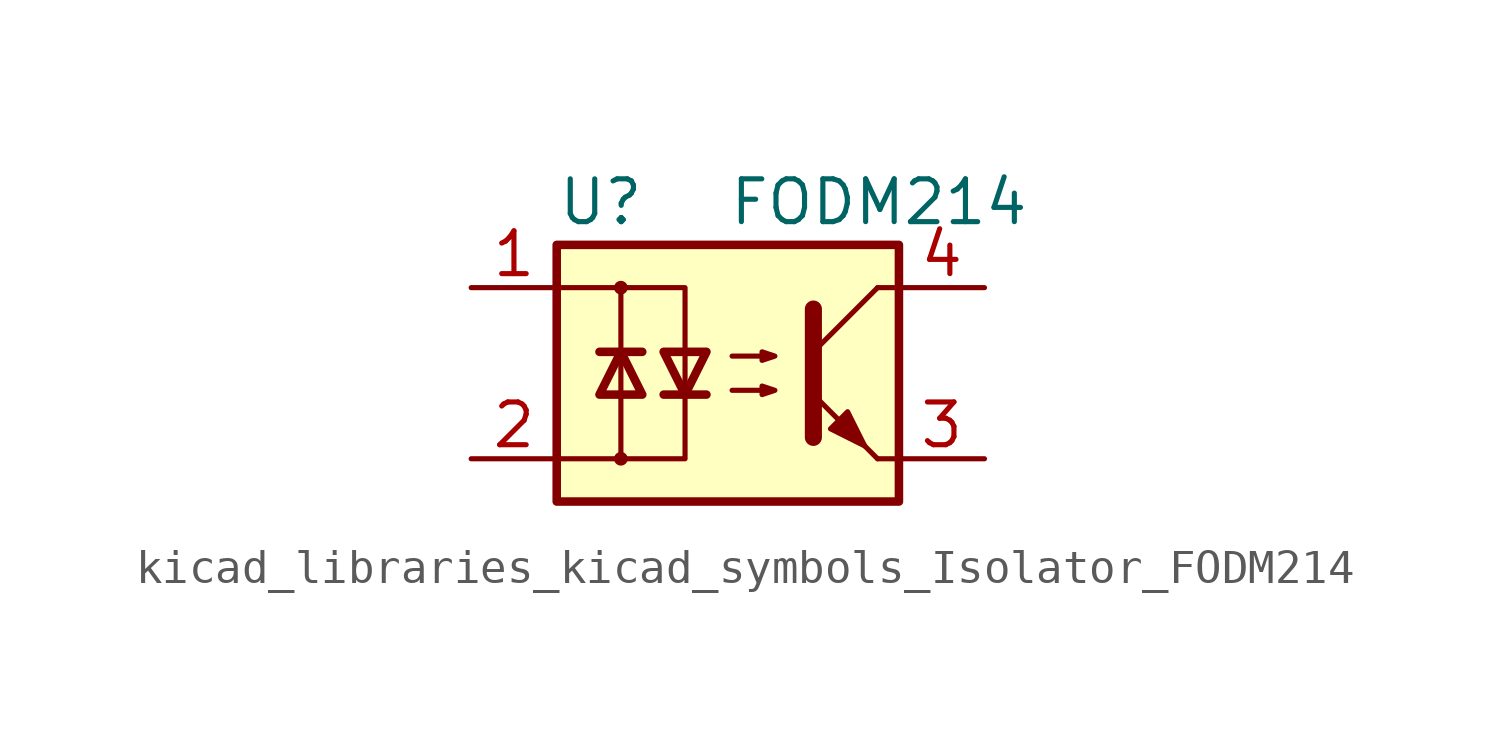
<source format=kicad_sym>
(kicad_symbol_lib
  (version 20220914)
  (generator kicad_symbol_editor)
  (symbol "kicad_libraries_kicad_symbols_Isolator_FODM214"
    (property "Reference" "U"
      (at -5.08 5.08 0)
      (effects (font (size 1.27 1.27)) (justify left)))
    (property "Value" "FODM214"
      (at 0 5.08 0)
      (effects (font (size 1.27 1.27)) (justify left)))
    (symbol "kicad_libraries_kicad_symbols_Isolator_FODM214_0_1"
      (rectangle (start -5.08 3.81) (end 5.08 -3.81) (stroke (width 0.254) (type default)) (fill (type background)))
      (circle (center -3.175 -2.54) (radius 0.127) (stroke (width 0) (type default)) (fill (type none)))
      (circle (center -3.175 2.54) (radius 0.127) (stroke (width 0) (type default)) (fill (type none)))
      (polyline (pts (xy -3.81 0.635) (xy -2.54 0.635)) (stroke (width 0.254) (type default)) (fill (type none)))
      (polyline (pts (xy -3.175 -0.635) (xy -3.175 -2.54)) (stroke (width 0) (type default)) (fill (type none)))
      (polyline (pts (xy -3.175 -0.635) (xy -3.175 2.54)) (stroke (width 0) (type default)) (fill (type none)))
      (polyline (pts (xy -1.905 -0.635) (xy -0.635 -0.635)) (stroke (width 0.254) (type default)) (fill (type none)))
      (polyline (pts (xy 2.54 0.635) (xy 4.445 2.54)) (stroke (width 0) (type default)) (fill (type none)))
      (polyline (pts (xy 4.445 -2.54) (xy 2.54 -0.635)) (stroke (width 0) (type default)) (fill (type outline)))
      (polyline (pts (xy 4.445 -2.54) (xy 5.08 -2.54)) (stroke (width 0) (type default)) (fill (type none)))
      (polyline (pts (xy 4.445 2.54) (xy 5.08 2.54)) (stroke (width 0) (type default)) (fill (type none)))
      (polyline (pts (xy -5.08 2.54) (xy -1.27 2.54) (xy -1.27 -0.635)) (stroke (width 0) (type default)) (fill (type none)))
      (polyline (pts (xy -1.27 -0.635) (xy -1.27 -2.54) (xy -5.08 -2.54)) (stroke (width 0) (type default)) (fill (type none)))
      (polyline (pts (xy 2.54 1.905) (xy 2.54 -1.905) (xy 2.54 -1.905)) (stroke (width 0.508) (type default)) (fill (type none)))
      (polyline (pts (xy -3.175 0.635) (xy -3.81 -0.635) (xy -2.54 -0.635) (xy -3.175 0.635)) (stroke (width 0.254) (type default)) (fill (type none)))
      (polyline (pts (xy -1.27 -0.635) (xy -1.905 0.635) (xy -0.635 0.635) (xy -1.27 -0.635)) (stroke (width 0.254) (type default)) (fill (type none)))
      (polyline (pts (xy 0.127 -0.508) (xy 1.397 -0.508) (xy 1.016 -0.635) (xy 1.016 -0.381) (xy 1.397 -0.508)) (stroke (width 0) (type default)) (fill (type none)))
      (polyline (pts (xy 0.127 0.508) (xy 1.397 0.508) (xy 1.016 0.381) (xy 1.016 0.635) (xy 1.397 0.508)) (stroke (width 0) (type default)) (fill (type none)))
      (polyline (pts (xy 3.048 -1.651) (xy 3.556 -1.143) (xy 4.064 -2.159) (xy 3.048 -1.651) (xy 3.048 -1.651)) (stroke (width 0) (type default)) (fill (type outline))))
    (symbol "kicad_libraries_kicad_symbols_Isolator_FODM214_1_1"
      (pin passive line (at -7.62 2.54 0) (length 2.54) (name "~" (effects (font (size 1.27 1.27)))) (number "1" (effects (font (size 1.27 1.27)))))
      (pin passive line (at -7.62 -2.54 0) (length 2.54) (name "~" (effects (font (size 1.27 1.27)))) (number "2" (effects (font (size 1.27 1.27)))))
      (pin passive line (at 7.62 -2.54 180) (length 2.54) (name "~" (effects (font (size 1.27 1.27)))) (number "3" (effects (font (size 1.27 1.27)))))
      (pin passive line (at 7.62 2.54 180) (length 2.54) (name "~" (effects (font (size 1.27 1.27)))) (number "4" (effects (font (size 1.27 1.27))))))))
</source>
